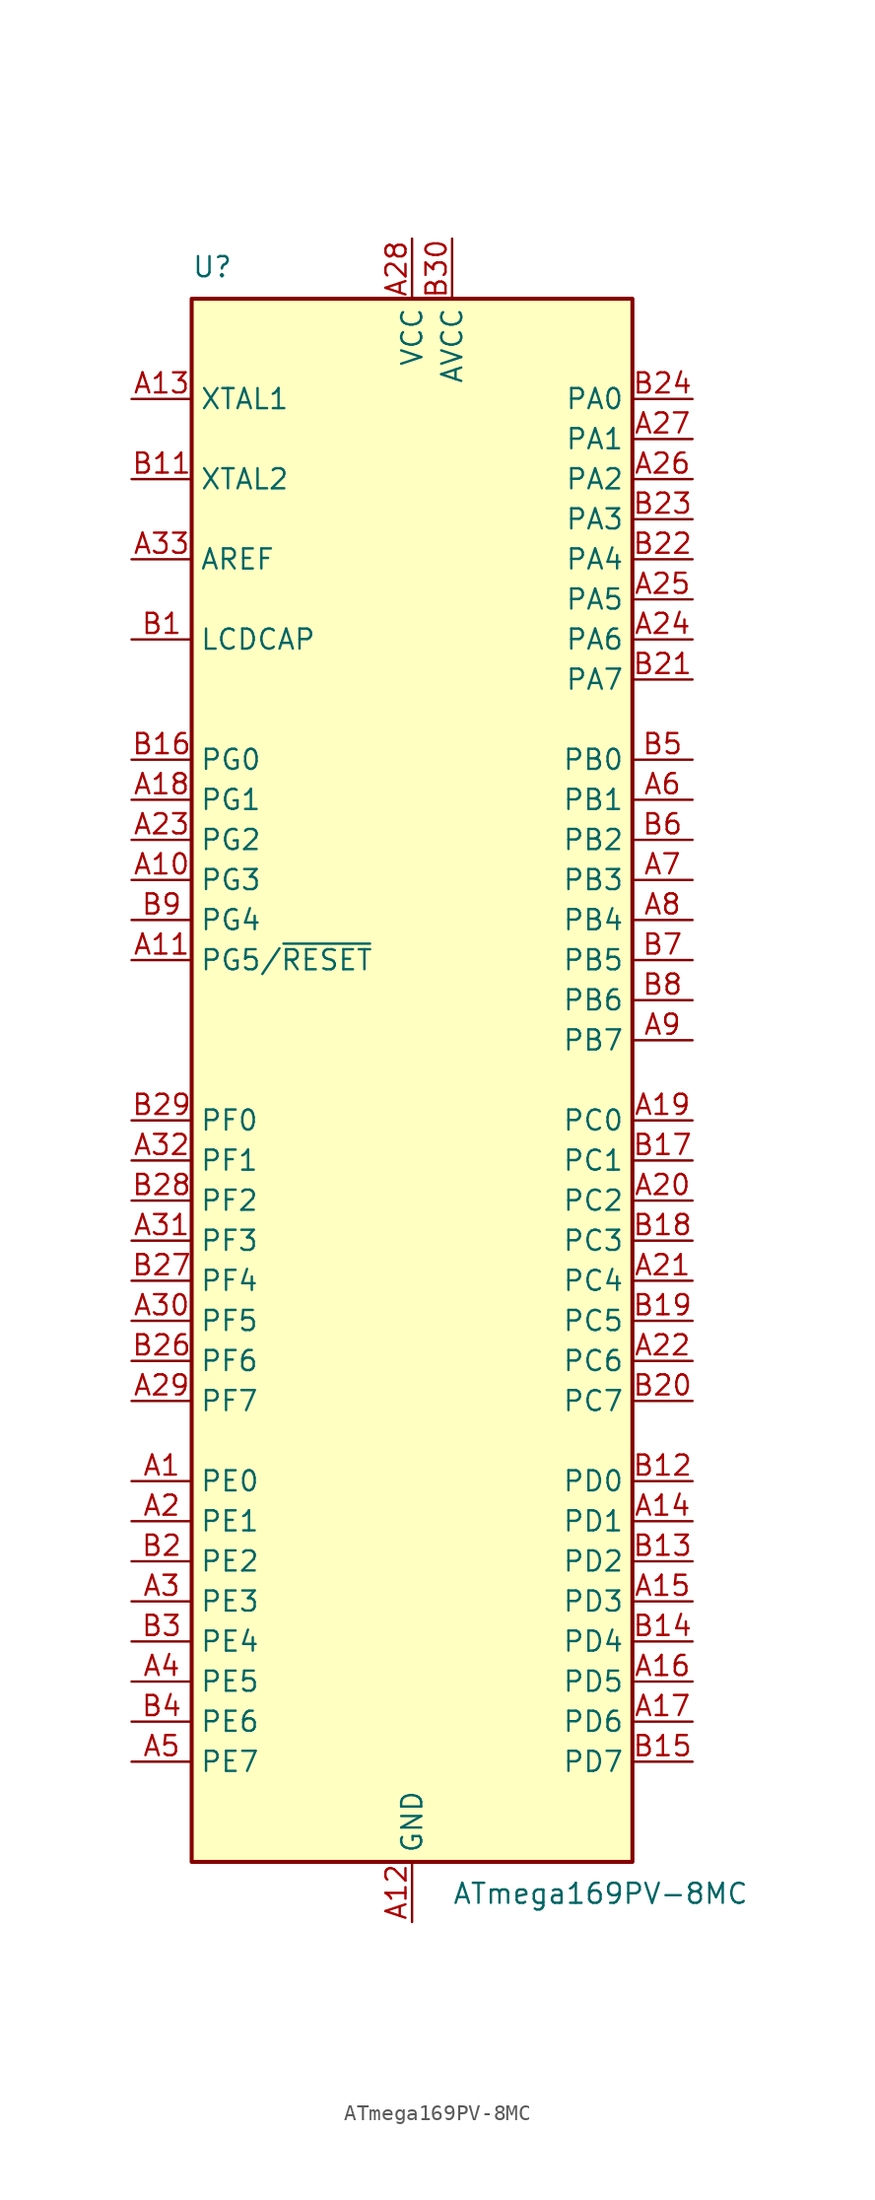
<source format=kicad_sym>
(kicad_symbol_lib
  (version 20211014)
  (generator kicad_symbol_editor)
  (symbol "ATmega169PV-8MC"
    (property "Reference" "U"
      (at -13.97 50.8 0)
      (effects (font (size 1.27 1.27)) (justify left bottom)))
    (property "Value" "ATmega169PV-8MC"
      (at 2.54 -50.8 0)
      (effects (font (size 1.27 1.27)) (justify left top)))
    (symbol "ATmega169PV-8MC_0_1"
      (rectangle (start -13.97 -49.53) (end 13.97 49.53) (stroke (width 0.254) (type default) (color 0 0 0 0)) (fill (type background))))
    (symbol "ATmega169PV-8MC_1_1"
      (pin bidirectional line (at -17.78 -25.4 0) (length 3.81) (name "PE0" (effects (font (size 1.27 1.27)))) (number "A1" (effects (font (size 1.27 1.27)))))
      (pin bidirectional line (at -17.78 12.7 0) (length 3.81) (name "PG3" (effects (font (size 1.27 1.27)))) (number "A10" (effects (font (size 1.27 1.27)))))
      (pin bidirectional line (at -17.78 7.62 0) (length 3.81) (name "PG5/~{RESET}" (effects (font (size 1.27 1.27)))) (number "A11" (effects (font (size 1.27 1.27)))))
      (pin power_in line (at 0 -53.34 90) (length 3.81) (name "GND" (effects (font (size 1.27 1.27)))) (number "A12" (effects (font (size 1.27 1.27)))))
      (pin input line (at -17.78 43.18 0) (length 3.81) (name "XTAL1" (effects (font (size 1.27 1.27)))) (number "A13" (effects (font (size 1.27 1.27)))))
      (pin bidirectional line (at 17.78 -27.94 180) (length 3.81) (name "PD1" (effects (font (size 1.27 1.27)))) (number "A14" (effects (font (size 1.27 1.27)))))
      (pin bidirectional line (at 17.78 -33.02 180) (length 3.81) (name "PD3" (effects (font (size 1.27 1.27)))) (number "A15" (effects (font (size 1.27 1.27)))))
      (pin bidirectional line (at 17.78 -38.1 180) (length 3.81) (name "PD5" (effects (font (size 1.27 1.27)))) (number "A16" (effects (font (size 1.27 1.27)))))
      (pin bidirectional line (at 17.78 -40.64 180) (length 3.81) (name "PD6" (effects (font (size 1.27 1.27)))) (number "A17" (effects (font (size 1.27 1.27)))))
      (pin bidirectional line (at -17.78 17.78 0) (length 3.81) (name "PG1" (effects (font (size 1.27 1.27)))) (number "A18" (effects (font (size 1.27 1.27)))))
      (pin bidirectional line (at 17.78 -2.54 180) (length 3.81) (name "PC0" (effects (font (size 1.27 1.27)))) (number "A19" (effects (font (size 1.27 1.27)))))
      (pin bidirectional line (at -17.78 -27.94 0) (length 3.81) (name "PE1" (effects (font (size 1.27 1.27)))) (number "A2" (effects (font (size 1.27 1.27)))))
      (pin bidirectional line (at 17.78 -7.62 180) (length 3.81) (name "PC2" (effects (font (size 1.27 1.27)))) (number "A20" (effects (font (size 1.27 1.27)))))
      (pin bidirectional line (at 17.78 -12.7 180) (length 3.81) (name "PC4" (effects (font (size 1.27 1.27)))) (number "A21" (effects (font (size 1.27 1.27)))))
      (pin bidirectional line (at 17.78 -17.78 180) (length 3.81) (name "PC6" (effects (font (size 1.27 1.27)))) (number "A22" (effects (font (size 1.27 1.27)))))
      (pin bidirectional line (at -17.78 15.24 0) (length 3.81) (name "PG2" (effects (font (size 1.27 1.27)))) (number "A23" (effects (font (size 1.27 1.27)))))
      (pin bidirectional line (at 17.78 27.94 180) (length 3.81) (name "PA6" (effects (font (size 1.27 1.27)))) (number "A24" (effects (font (size 1.27 1.27)))))
      (pin bidirectional line (at 17.78 30.48 180) (length 3.81) (name "PA5" (effects (font (size 1.27 1.27)))) (number "A25" (effects (font (size 1.27 1.27)))))
      (pin bidirectional line (at 17.78 38.1 180) (length 3.81) (name "PA2" (effects (font (size 1.27 1.27)))) (number "A26" (effects (font (size 1.27 1.27)))))
      (pin bidirectional line (at 17.78 40.64 180) (length 3.81) (name "PA1" (effects (font (size 1.27 1.27)))) (number "A27" (effects (font (size 1.27 1.27)))))
      (pin power_in line (at 0 53.34 270) (length 3.81) (name "VCC" (effects (font (size 1.27 1.27)))) (number "A28" (effects (font (size 1.27 1.27)))))
      (pin bidirectional line (at -17.78 -20.32 0) (length 3.81) (name "PF7" (effects (font (size 1.27 1.27)))) (number "A29" (effects (font (size 1.27 1.27)))))
      (pin bidirectional line (at -17.78 -33.02 0) (length 3.81) (name "PE3" (effects (font (size 1.27 1.27)))) (number "A3" (effects (font (size 1.27 1.27)))))
      (pin bidirectional line (at -17.78 -15.24 0) (length 3.81) (name "PF5" (effects (font (size 1.27 1.27)))) (number "A30" (effects (font (size 1.27 1.27)))))
      (pin bidirectional line (at -17.78 -10.16 0) (length 3.81) (name "PF3" (effects (font (size 1.27 1.27)))) (number "A31" (effects (font (size 1.27 1.27)))))
      (pin bidirectional line (at -17.78 -5.08 0) (length 3.81) (name "PF1" (effects (font (size 1.27 1.27)))) (number "A32" (effects (font (size 1.27 1.27)))))
      (pin passive line (at -17.78 33.02 0) (length 3.81) (name "AREF" (effects (font (size 1.27 1.27)))) (number "A33" (effects (font (size 1.27 1.27)))))
      (pin passive line (at 0 -53.34 90) (length 3.81) hide (name "GND" (effects (font (size 1.27 1.27)))) (number "A34" (effects (font (size 1.27 1.27)))))
      (pin bidirectional line (at -17.78 -38.1 0) (length 3.81) (name "PE5" (effects (font (size 1.27 1.27)))) (number "A4" (effects (font (size 1.27 1.27)))))
      (pin bidirectional line (at -17.78 -43.18 0) (length 3.81) (name "PE7" (effects (font (size 1.27 1.27)))) (number "A5" (effects (font (size 1.27 1.27)))))
      (pin bidirectional line (at 17.78 17.78 180) (length 3.81) (name "PB1" (effects (font (size 1.27 1.27)))) (number "A6" (effects (font (size 1.27 1.27)))))
      (pin bidirectional line (at 17.78 12.7 180) (length 3.81) (name "PB3" (effects (font (size 1.27 1.27)))) (number "A7" (effects (font (size 1.27 1.27)))))
      (pin bidirectional line (at 17.78 10.16 180) (length 3.81) (name "PB4" (effects (font (size 1.27 1.27)))) (number "A8" (effects (font (size 1.27 1.27)))))
      (pin bidirectional line (at 17.78 2.54 180) (length 3.81) (name "PB7" (effects (font (size 1.27 1.27)))) (number "A9" (effects (font (size 1.27 1.27)))))
      (pin passive line (at -17.78 27.94 0) (length 3.81) (name "LCDCAP" (effects (font (size 1.27 1.27)))) (number "B1" (effects (font (size 1.27 1.27)))))
      (pin passive line (at 0 53.34 270) (length 3.81) hide (name "VCC" (effects (font (size 1.27 1.27)))) (number "B10" (effects (font (size 1.27 1.27)))))
      (pin output line (at -17.78 38.1 0) (length 3.81) (name "XTAL2" (effects (font (size 1.27 1.27)))) (number "B11" (effects (font (size 1.27 1.27)))))
      (pin bidirectional line (at 17.78 -25.4 180) (length 3.81) (name "PD0" (effects (font (size 1.27 1.27)))) (number "B12" (effects (font (size 1.27 1.27)))))
      (pin bidirectional line (at 17.78 -30.48 180) (length 3.81) (name "PD2" (effects (font (size 1.27 1.27)))) (number "B13" (effects (font (size 1.27 1.27)))))
      (pin bidirectional line (at 17.78 -35.56 180) (length 3.81) (name "PD4" (effects (font (size 1.27 1.27)))) (number "B14" (effects (font (size 1.27 1.27)))))
      (pin bidirectional line (at 17.78 -43.18 180) (length 3.81) (name "PD7" (effects (font (size 1.27 1.27)))) (number "B15" (effects (font (size 1.27 1.27)))))
      (pin bidirectional line (at -17.78 20.32 0) (length 3.81) (name "PG0" (effects (font (size 1.27 1.27)))) (number "B16" (effects (font (size 1.27 1.27)))))
      (pin bidirectional line (at 17.78 -5.08 180) (length 3.81) (name "PC1" (effects (font (size 1.27 1.27)))) (number "B17" (effects (font (size 1.27 1.27)))))
      (pin bidirectional line (at 17.78 -10.16 180) (length 3.81) (name "PC3" (effects (font (size 1.27 1.27)))) (number "B18" (effects (font (size 1.27 1.27)))))
      (pin bidirectional line (at 17.78 -15.24 180) (length 3.81) (name "PC5" (effects (font (size 1.27 1.27)))) (number "B19" (effects (font (size 1.27 1.27)))))
      (pin bidirectional line (at -17.78 -30.48 0) (length 3.81) (name "PE2" (effects (font (size 1.27 1.27)))) (number "B2" (effects (font (size 1.27 1.27)))))
      (pin bidirectional line (at 17.78 -20.32 180) (length 3.81) (name "PC7" (effects (font (size 1.27 1.27)))) (number "B20" (effects (font (size 1.27 1.27)))))
      (pin bidirectional line (at 17.78 25.4 180) (length 3.81) (name "PA7" (effects (font (size 1.27 1.27)))) (number "B21" (effects (font (size 1.27 1.27)))))
      (pin bidirectional line (at 17.78 33.02 180) (length 3.81) (name "PA4" (effects (font (size 1.27 1.27)))) (number "B22" (effects (font (size 1.27 1.27)))))
      (pin bidirectional line (at 17.78 35.56 180) (length 3.81) (name "PA3" (effects (font (size 1.27 1.27)))) (number "B23" (effects (font (size 1.27 1.27)))))
      (pin bidirectional line (at 17.78 43.18 180) (length 3.81) (name "PA0" (effects (font (size 1.27 1.27)))) (number "B24" (effects (font (size 1.27 1.27)))))
      (pin passive line (at 0 -53.34 90) (length 3.81) hide (name "GND" (effects (font (size 1.27 1.27)))) (number "B25" (effects (font (size 1.27 1.27)))))
      (pin bidirectional line (at -17.78 -17.78 0) (length 3.81) (name "PF6" (effects (font (size 1.27 1.27)))) (number "B26" (effects (font (size 1.27 1.27)))))
      (pin bidirectional line (at -17.78 -12.7 0) (length 3.81) (name "PF4" (effects (font (size 1.27 1.27)))) (number "B27" (effects (font (size 1.27 1.27)))))
      (pin bidirectional line (at -17.78 -7.62 0) (length 3.81) (name "PF2" (effects (font (size 1.27 1.27)))) (number "B28" (effects (font (size 1.27 1.27)))))
      (pin bidirectional line (at -17.78 -2.54 0) (length 3.81) (name "PF0" (effects (font (size 1.27 1.27)))) (number "B29" (effects (font (size 1.27 1.27)))))
      (pin bidirectional line (at -17.78 -35.56 0) (length 3.81) (name "PE4" (effects (font (size 1.27 1.27)))) (number "B3" (effects (font (size 1.27 1.27)))))
      (pin power_in line (at 2.54 53.34 270) (length 3.81) (name "AVCC" (effects (font (size 1.27 1.27)))) (number "B30" (effects (font (size 1.27 1.27)))))
      (pin bidirectional line (at -17.78 -40.64 0) (length 3.81) (name "PE6" (effects (font (size 1.27 1.27)))) (number "B4" (effects (font (size 1.27 1.27)))))
      (pin bidirectional line (at 17.78 20.32 180) (length 3.81) (name "PB0" (effects (font (size 1.27 1.27)))) (number "B5" (effects (font (size 1.27 1.27)))))
      (pin bidirectional line (at 17.78 15.24 180) (length 3.81) (name "PB2" (effects (font (size 1.27 1.27)))) (number "B6" (effects (font (size 1.27 1.27)))))
      (pin bidirectional line (at 17.78 7.62 180) (length 3.81) (name "PB5" (effects (font (size 1.27 1.27)))) (number "B7" (effects (font (size 1.27 1.27)))))
      (pin bidirectional line (at 17.78 5.08 180) (length 3.81) (name "PB6" (effects (font (size 1.27 1.27)))) (number "B8" (effects (font (size 1.27 1.27)))))
      (pin bidirectional line (at -17.78 10.16 0) (length 3.81) (name "PG4" (effects (font (size 1.27 1.27)))) (number "B9" (effects (font (size 1.27 1.27)))))
      (pin passive line (at 0 -53.34 90) (length 3.81) hide (name "GND" (effects (font (size 1.27 1.27)))) (number "EP" (effects (font (size 1.27 1.27))))))))
</source>
